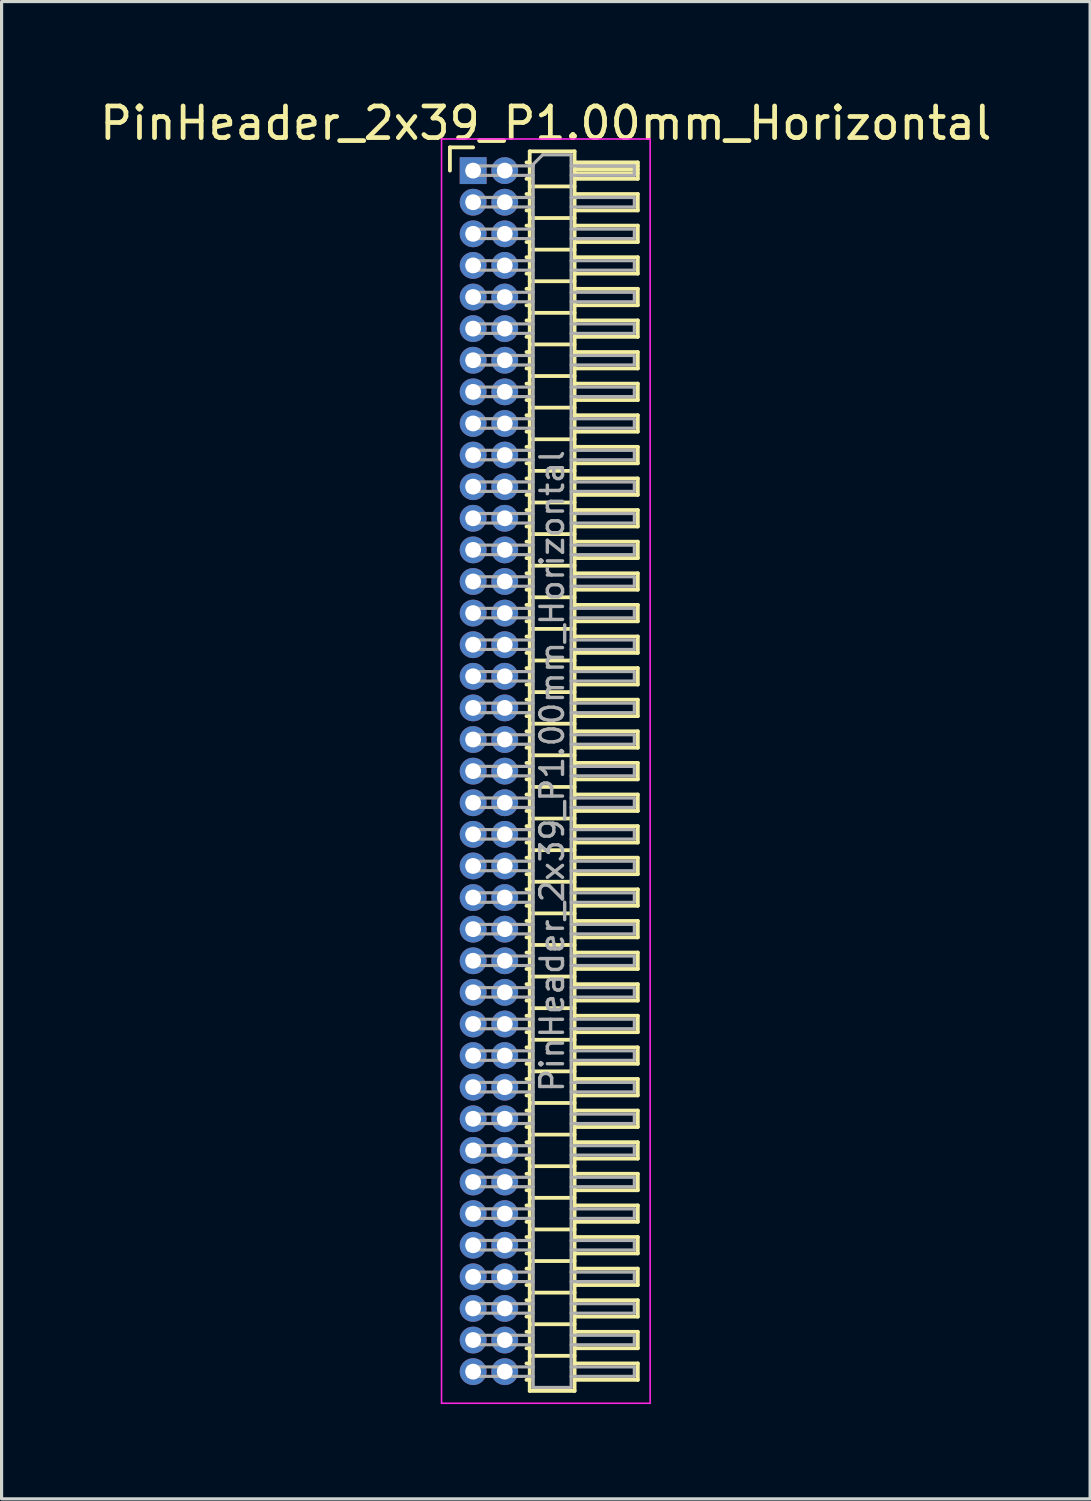
<source format=kicad_pcb>
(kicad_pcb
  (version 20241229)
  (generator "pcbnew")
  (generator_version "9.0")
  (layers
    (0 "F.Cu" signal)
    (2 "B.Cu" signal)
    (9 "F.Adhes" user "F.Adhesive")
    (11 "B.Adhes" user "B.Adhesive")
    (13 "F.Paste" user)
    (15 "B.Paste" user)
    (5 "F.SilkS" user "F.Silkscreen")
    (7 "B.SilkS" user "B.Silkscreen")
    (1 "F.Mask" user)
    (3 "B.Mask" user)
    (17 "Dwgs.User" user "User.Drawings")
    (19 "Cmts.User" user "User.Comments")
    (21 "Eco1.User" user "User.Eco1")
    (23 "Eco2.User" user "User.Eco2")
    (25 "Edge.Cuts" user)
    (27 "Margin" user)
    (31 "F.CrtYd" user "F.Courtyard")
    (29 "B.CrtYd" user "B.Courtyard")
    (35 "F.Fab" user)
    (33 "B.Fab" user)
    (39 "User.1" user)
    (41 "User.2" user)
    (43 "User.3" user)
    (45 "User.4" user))
  (footprint "PinHeader_2x39_P1.00mm_Horizontal"
    (layer "F.Cu")
    (at 11.92 2.348)
    (property "Reference" "PinHeader_2x39_P1.00mm_Horizontal" (at 2.3 -1.5 0) (layer "F.SilkS") (effects (font (size 1 1) (thickness 0.15))))
    (attr through_hole)
    (fp_line (start -0.735 -0.735) (end 0 -0.735) (stroke (width 0.12) (type solid)) (layer "F.SilkS"))
    (fp_line (start -0.735 0) (end -0.735 -0.735) (stroke (width 0.12) (type solid)) (layer "F.SilkS"))
    (fp_line (start 1.687 -0.26) (end 1.79 -0.26) (stroke (width 0.12) (type solid)) (layer "F.SilkS"))
    (fp_line (start 1.687 0.26) (end 1.79 0.26) (stroke (width 0.12) (type solid)) (layer "F.SilkS"))
    (fp_line (start 1.687 0.74) (end 1.79 0.74) (stroke (width 0.12) (type solid)) (layer "F.SilkS"))
    (fp_line (start 1.687 1.26) (end 1.79 1.26) (stroke (width 0.12) (type solid)) (layer "F.SilkS"))
    (fp_line (start 1.687 1.74) (end 1.79 1.74) (stroke (width 0.12) (type solid)) (layer "F.SilkS"))
    (fp_line (start 1.687 2.26) (end 1.79 2.26) (stroke (width 0.12) (type solid)) (layer "F.SilkS"))
    (fp_line (start 1.687 2.74) (end 1.79 2.74) (stroke (width 0.12) (type solid)) (layer "F.SilkS"))
    (fp_line (start 1.687 3.26) (end 1.79 3.26) (stroke (width 0.12) (type solid)) (layer "F.SilkS"))
    (fp_line (start 1.687 3.74) (end 1.79 3.74) (stroke (width 0.12) (type solid)) (layer "F.SilkS"))
    (fp_line (start 1.687 4.26) (end 1.79 4.26) (stroke (width 0.12) (type solid)) (layer "F.SilkS"))
    (fp_line (start 1.687 4.74) (end 1.79 4.74) (stroke (width 0.12) (type solid)) (layer "F.SilkS"))
    (fp_line (start 1.687 5.26) (end 1.79 5.26) (stroke (width 0.12) (type solid)) (layer "F.SilkS"))
    (fp_line (start 1.687 5.74) (end 1.79 5.74) (stroke (width 0.12) (type solid)) (layer "F.SilkS"))
    (fp_line (start 1.687 6.26) (end 1.79 6.26) (stroke (width 0.12) (type solid)) (layer "F.SilkS"))
    (fp_line (start 1.687 6.74) (end 1.79 6.74) (stroke (width 0.12) (type solid)) (layer "F.SilkS"))
    (fp_line (start 1.687 7.26) (end 1.79 7.26) (stroke (width 0.12) (type solid)) (layer "F.SilkS"))
    (fp_line (start 1.687 7.74) (end 1.79 7.74) (stroke (width 0.12) (type solid)) (layer "F.SilkS"))
    (fp_line (start 1.687 8.26) (end 1.79 8.26) (stroke (width 0.12) (type solid)) (layer "F.SilkS"))
    (fp_line (start 1.687 8.74) (end 1.79 8.74) (stroke (width 0.12) (type solid)) (layer "F.SilkS"))
    (fp_line (start 1.687 9.26) (end 1.79 9.26) (stroke (width 0.12) (type solid)) (layer "F.SilkS"))
    (fp_line (start 1.687 9.74) (end 1.79 9.74) (stroke (width 0.12) (type solid)) (layer "F.SilkS"))
    (fp_line (start 1.687 10.26) (end 1.79 10.26) (stroke (width 0.12) (type solid)) (layer "F.SilkS"))
    (fp_line (start 1.687 10.74) (end 1.79 10.74) (stroke (width 0.12) (type solid)) (layer "F.SilkS"))
    (fp_line (start 1.687 11.26) (end 1.79 11.26) (stroke (width 0.12) (type solid)) (layer "F.SilkS"))
    (fp_line (start 1.687 11.74) (end 1.79 11.74) (stroke (width 0.12) (type solid)) (layer "F.SilkS"))
    (fp_line (start 1.687 12.26) (end 1.79 12.26) (stroke (width 0.12) (type solid)) (layer "F.SilkS"))
    (fp_line (start 1.687 12.74) (end 1.79 12.74) (stroke (width 0.12) (type solid)) (layer "F.SilkS"))
    (fp_line (start 1.687 13.26) (end 1.79 13.26) (stroke (width 0.12) (type solid)) (layer "F.SilkS"))
    (fp_line (start 1.687 13.74) (end 1.79 13.74) (stroke (width 0.12) (type solid)) (layer "F.SilkS"))
    (fp_line (start 1.687 14.26) (end 1.79 14.26) (stroke (width 0.12) (type solid)) (layer "F.SilkS"))
    (fp_line (start 1.687 14.74) (end 1.79 14.74) (stroke (width 0.12) (type solid)) (layer "F.SilkS"))
    (fp_line (start 1.687 15.26) (end 1.79 15.26) (stroke (width 0.12) (type solid)) (layer "F.SilkS"))
    (fp_line (start 1.687 15.74) (end 1.79 15.74) (stroke (width 0.12) (type solid)) (layer "F.SilkS"))
    (fp_line (start 1.687 16.26) (end 1.79 16.26) (stroke (width 0.12) (type solid)) (layer "F.SilkS"))
    (fp_line (start 1.687 16.74) (end 1.79 16.74) (stroke (width 0.12) (type solid)) (layer "F.SilkS"))
    (fp_line (start 1.687 17.26) (end 1.79 17.26) (stroke (width 0.12) (type solid)) (layer "F.SilkS"))
    (fp_line (start 1.687 17.74) (end 1.79 17.74) (stroke (width 0.12) (type solid)) (layer "F.SilkS"))
    (fp_line (start 1.687 18.26) (end 1.79 18.26) (stroke (width 0.12) (type solid)) (layer "F.SilkS"))
    (fp_line (start 1.687 18.74) (end 1.79 18.74) (stroke (width 0.12) (type solid)) (layer "F.SilkS"))
    (fp_line (start 1.687 19.26) (end 1.79 19.26) (stroke (width 0.12) (type solid)) (layer "F.SilkS"))
    (fp_line (start 1.687 19.74) (end 1.79 19.74) (stroke (width 0.12) (type solid)) (layer "F.SilkS"))
    (fp_line (start 1.687 20.26) (end 1.79 20.26) (stroke (width 0.12) (type solid)) (layer "F.SilkS"))
    (fp_line (start 1.687 20.74) (end 1.79 20.74) (stroke (width 0.12) (type solid)) (layer "F.SilkS"))
    (fp_line (start 1.687 21.26) (end 1.79 21.26) (stroke (width 0.12) (type solid)) (layer "F.SilkS"))
    (fp_line (start 1.687 21.74) (end 1.79 21.74) (stroke (width 0.12) (type solid)) (layer "F.SilkS"))
    (fp_line (start 1.687 22.26) (end 1.79 22.26) (stroke (width 0.12) (type solid)) (layer "F.SilkS"))
    (fp_line (start 1.687 22.74) (end 1.79 22.74) (stroke (width 0.12) (type solid)) (layer "F.SilkS"))
    (fp_line (start 1.687 23.26) (end 1.79 23.26) (stroke (width 0.12) (type solid)) (layer "F.SilkS"))
    (fp_line (start 1.687 23.74) (end 1.79 23.74) (stroke (width 0.12) (type solid)) (layer "F.SilkS"))
    (fp_line (start 1.687 24.26) (end 1.79 24.26) (stroke (width 0.12) (type solid)) (layer "F.SilkS"))
    (fp_line (start 1.687 24.74) (end 1.79 24.74) (stroke (width 0.12) (type solid)) (layer "F.SilkS"))
    (fp_line (start 1.687 25.26) (end 1.79 25.26) (stroke (width 0.12) (type solid)) (layer "F.SilkS"))
    (fp_line (start 1.687 25.74) (end 1.79 25.74) (stroke (width 0.12) (type solid)) (layer "F.SilkS"))
    (fp_line (start 1.687 26.26) (end 1.79 26.26) (stroke (width 0.12) (type solid)) (layer "F.SilkS"))
    (fp_line (start 1.687 26.74) (end 1.79 26.74) (stroke (width 0.12) (type solid)) (layer "F.SilkS"))
    (fp_line (start 1.687 27.26) (end 1.79 27.26) (stroke (width 0.12) (type solid)) (layer "F.SilkS"))
    (fp_line (start 1.687 27.74) (end 1.79 27.74) (stroke (width 0.12) (type solid)) (layer "F.SilkS"))
    (fp_line (start 1.687 28.26) (end 1.79 28.26) (stroke (width 0.12) (type solid)) (layer "F.SilkS"))
    (fp_line (start 1.687 28.74) (end 1.79 28.74) (stroke (width 0.12) (type solid)) (layer "F.SilkS"))
    (fp_line (start 1.687 29.26) (end 1.79 29.26) (stroke (width 0.12) (type solid)) (layer "F.SilkS"))
    (fp_line (start 1.687 29.74) (end 1.79 29.74) (stroke (width 0.12) (type solid)) (layer "F.SilkS"))
    (fp_line (start 1.687 30.26) (end 1.79 30.26) (stroke (width 0.12) (type solid)) (layer "F.SilkS"))
    (fp_line (start 1.687 30.74) (end 1.79 30.74) (stroke (width 0.12) (type solid)) (layer "F.SilkS"))
    (fp_line (start 1.687 31.26) (end 1.79 31.26) (stroke (width 0.12) (type solid)) (layer "F.SilkS"))
    (fp_line (start 1.687 31.74) (end 1.79 31.74) (stroke (width 0.12) (type solid)) (layer "F.SilkS"))
    (fp_line (start 1.687 32.26) (end 1.79 32.26) (stroke (width 0.12) (type solid)) (layer "F.SilkS"))
    (fp_line (start 1.687 32.74) (end 1.79 32.74) (stroke (width 0.12) (type solid)) (layer "F.SilkS"))
    (fp_line (start 1.687 33.26) (end 1.79 33.26) (stroke (width 0.12) (type solid)) (layer "F.SilkS"))
    (fp_line (start 1.687 33.74) (end 1.79 33.74) (stroke (width 0.12) (type solid)) (layer "F.SilkS"))
    (fp_line (start 1.687 34.26) (end 1.79 34.26) (stroke (width 0.12) (type solid)) (layer "F.SilkS"))
    (fp_line (start 1.687 34.74) (end 1.79 34.74) (stroke (width 0.12) (type solid)) (layer "F.SilkS"))
    (fp_line (start 1.687 35.26) (end 1.79 35.26) (stroke (width 0.12) (type solid)) (layer "F.SilkS"))
    (fp_line (start 1.687 35.74) (end 1.79 35.74) (stroke (width 0.12) (type solid)) (layer "F.SilkS"))
    (fp_line (start 1.687 36.26) (end 1.79 36.26) (stroke (width 0.12) (type solid)) (layer "F.SilkS"))
    (fp_line (start 1.687 36.74) (end 1.79 36.74) (stroke (width 0.12) (type solid)) (layer "F.SilkS"))
    (fp_line (start 1.687 37.26) (end 1.79 37.26) (stroke (width 0.12) (type solid)) (layer "F.SilkS"))
    (fp_line (start 1.687 37.74) (end 1.79 37.74) (stroke (width 0.12) (type solid)) (layer "F.SilkS"))
    (fp_line (start 1.687 38.26) (end 1.79 38.26) (stroke (width 0.12) (type solid)) (layer "F.SilkS"))
    (fp_line (start 1.79 -0.61) (end 1.79 38.61) (stroke (width 0.12) (type solid)) (layer "F.SilkS"))
    (fp_line (start 1.79 0.5) (end 3.21 0.5) (stroke (width 0.12) (type solid)) (layer "F.SilkS"))
    (fp_line (start 1.79 1.5) (end 3.21 1.5) (stroke (width 0.12) (type solid)) (layer "F.SilkS"))
    (fp_line (start 1.79 2.5) (end 3.21 2.5) (stroke (width 0.12) (type solid)) (layer "F.SilkS"))
    (fp_line (start 1.79 3.5) (end 3.21 3.5) (stroke (width 0.12) (type solid)) (layer "F.SilkS"))
    (fp_line (start 1.79 4.5) (end 3.21 4.5) (stroke (width 0.12) (type solid)) (layer "F.SilkS"))
    (fp_line (start 1.79 5.5) (end 3.21 5.5) (stroke (width 0.12) (type solid)) (layer "F.SilkS"))
    (fp_line (start 1.79 6.5) (end 3.21 6.5) (stroke (width 0.12) (type solid)) (layer "F.SilkS"))
    (fp_line (start 1.79 7.5) (end 3.21 7.5) (stroke (width 0.12) (type solid)) (layer "F.SilkS"))
    (fp_line (start 1.79 8.5) (end 3.21 8.5) (stroke (width 0.12) (type solid)) (layer "F.SilkS"))
    (fp_line (start 1.79 9.5) (end 3.21 9.5) (stroke (width 0.12) (type solid)) (layer "F.SilkS"))
    (fp_line (start 1.79 10.5) (end 3.21 10.5) (stroke (width 0.12) (type solid)) (layer "F.SilkS"))
    (fp_line (start 1.79 11.5) (end 3.21 11.5) (stroke (width 0.12) (type solid)) (layer "F.SilkS"))
    (fp_line (start 1.79 12.5) (end 3.21 12.5) (stroke (width 0.12) (type solid)) (layer "F.SilkS"))
    (fp_line (start 1.79 13.5) (end 3.21 13.5) (stroke (width 0.12) (type solid)) (layer "F.SilkS"))
    (fp_line (start 1.79 14.5) (end 3.21 14.5) (stroke (width 0.12) (type solid)) (layer "F.SilkS"))
    (fp_line (start 1.79 15.5) (end 3.21 15.5) (stroke (width 0.12) (type solid)) (layer "F.SilkS"))
    (fp_line (start 1.79 16.5) (end 3.21 16.5) (stroke (width 0.12) (type solid)) (layer "F.SilkS"))
    (fp_line (start 1.79 17.5) (end 3.21 17.5) (stroke (width 0.12) (type solid)) (layer "F.SilkS"))
    (fp_line (start 1.79 18.5) (end 3.21 18.5) (stroke (width 0.12) (type solid)) (layer "F.SilkS"))
    (fp_line (start 1.79 19.5) (end 3.21 19.5) (stroke (width 0.12) (type solid)) (layer "F.SilkS"))
    (fp_line (start 1.79 20.5) (end 3.21 20.5) (stroke (width 0.12) (type solid)) (layer "F.SilkS"))
    (fp_line (start 1.79 21.5) (end 3.21 21.5) (stroke (width 0.12) (type solid)) (layer "F.SilkS"))
    (fp_line (start 1.79 22.5) (end 3.21 22.5) (stroke (width 0.12) (type solid)) (layer "F.SilkS"))
    (fp_line (start 1.79 23.5) (end 3.21 23.5) (stroke (width 0.12) (type solid)) (layer "F.SilkS"))
    (fp_line (start 1.79 24.5) (end 3.21 24.5) (stroke (width 0.12) (type solid)) (layer "F.SilkS"))
    (fp_line (start 1.79 25.5) (end 3.21 25.5) (stroke (width 0.12) (type solid)) (layer "F.SilkS"))
    (fp_line (start 1.79 26.5) (end 3.21 26.5) (stroke (width 0.12) (type solid)) (layer "F.SilkS"))
    (fp_line (start 1.79 27.5) (end 3.21 27.5) (stroke (width 0.12) (type solid)) (layer "F.SilkS"))
    (fp_line (start 1.79 28.5) (end 3.21 28.5) (stroke (width 0.12) (type solid)) (layer "F.SilkS"))
    (fp_line (start 1.79 29.5) (end 3.21 29.5) (stroke (width 0.12) (type solid)) (layer "F.SilkS"))
    (fp_line (start 1.79 30.5) (end 3.21 30.5) (stroke (width 0.12) (type solid)) (layer "F.SilkS"))
    (fp_line (start 1.79 31.5) (end 3.21 31.5) (stroke (width 0.12) (type solid)) (layer "F.SilkS"))
    (fp_line (start 1.79 32.5) (end 3.21 32.5) (stroke (width 0.12) (type solid)) (layer "F.SilkS"))
    (fp_line (start 1.79 33.5) (end 3.21 33.5) (stroke (width 0.12) (type solid)) (layer "F.SilkS"))
    (fp_line (start 1.79 34.5) (end 3.21 34.5) (stroke (width 0.12) (type solid)) (layer "F.SilkS"))
    (fp_line (start 1.79 35.5) (end 3.21 35.5) (stroke (width 0.12) (type solid)) (layer "F.SilkS"))
    (fp_line (start 1.79 36.5) (end 3.21 36.5) (stroke (width 0.12) (type solid)) (layer "F.SilkS"))
    (fp_line (start 1.79 37.5) (end 3.21 37.5) (stroke (width 0.12) (type solid)) (layer "F.SilkS"))
    (fp_line (start 1.79 38.61) (end 3.21 38.61) (stroke (width 0.12) (type solid)) (layer "F.SilkS"))
    (fp_line (start 3.21 -0.61) (end 1.79 -0.61) (stroke (width 0.12) (type solid)) (layer "F.SilkS"))
    (fp_line (start 3.21 -0.26) (end 5.21 -0.26) (stroke (width 0.12) (type solid)) (layer "F.SilkS"))
    (fp_line (start 3.21 -0.15) (end 5.21 -0.15) (stroke (width 0.12) (type solid)) (layer "F.SilkS"))
    (fp_line (start 3.21 -0.03) (end 5.21 -0.03) (stroke (width 0.12) (type solid)) (layer "F.SilkS"))
    (fp_line (start 3.21 0.09) (end 5.21 0.09) (stroke (width 0.12) (type solid)) (layer "F.SilkS"))
    (fp_line (start 3.21 0.74) (end 5.21 0.74) (stroke (width 0.12) (type solid)) (layer "F.SilkS"))
    (fp_line (start 3.21 1.74) (end 5.21 1.74) (stroke (width 0.12) (type solid)) (layer "F.SilkS"))
    (fp_line (start 3.21 2.74) (end 5.21 2.74) (stroke (width 0.12) (type solid)) (layer "F.SilkS"))
    (fp_line (start 3.21 3.74) (end 5.21 3.74) (stroke (width 0.12) (type solid)) (layer "F.SilkS"))
    (fp_line (start 3.21 4.74) (end 5.21 4.74) (stroke (width 0.12) (type solid)) (layer "F.SilkS"))
    (fp_line (start 3.21 5.74) (end 5.21 5.74) (stroke (width 0.12) (type solid)) (layer "F.SilkS"))
    (fp_line (start 3.21 6.74) (end 5.21 6.74) (stroke (width 0.12) (type solid)) (layer "F.SilkS"))
    (fp_line (start 3.21 7.74) (end 5.21 7.74) (stroke (width 0.12) (type solid)) (layer "F.SilkS"))
    (fp_line (start 3.21 8.74) (end 5.21 8.74) (stroke (width 0.12) (type solid)) (layer "F.SilkS"))
    (fp_line (start 3.21 9.74) (end 5.21 9.74) (stroke (width 0.12) (type solid)) (layer "F.SilkS"))
    (fp_line (start 3.21 10.74) (end 5.21 10.74) (stroke (width 0.12) (type solid)) (layer "F.SilkS"))
    (fp_line (start 3.21 11.74) (end 5.21 11.74) (stroke (width 0.12) (type solid)) (layer "F.SilkS"))
    (fp_line (start 3.21 12.74) (end 5.21 12.74) (stroke (width 0.12) (type solid)) (layer "F.SilkS"))
    (fp_line (start 3.21 13.74) (end 5.21 13.74) (stroke (width 0.12) (type solid)) (layer "F.SilkS"))
    (fp_line (start 3.21 14.74) (end 5.21 14.74) (stroke (width 0.12) (type solid)) (layer "F.SilkS"))
    (fp_line (start 3.21 15.74) (end 5.21 15.74) (stroke (width 0.12) (type solid)) (layer "F.SilkS"))
    (fp_line (start 3.21 16.74) (end 5.21 16.74) (stroke (width 0.12) (type solid)) (layer "F.SilkS"))
    (fp_line (start 3.21 17.74) (end 5.21 17.74) (stroke (width 0.12) (type solid)) (layer "F.SilkS"))
    (fp_line (start 3.21 18.74) (end 5.21 18.74) (stroke (width 0.12) (type solid)) (layer "F.SilkS"))
    (fp_line (start 3.21 19.74) (end 5.21 19.74) (stroke (width 0.12) (type solid)) (layer "F.SilkS"))
    (fp_line (start 3.21 20.74) (end 5.21 20.74) (stroke (width 0.12) (type solid)) (layer "F.SilkS"))
    (fp_line (start 3.21 21.74) (end 5.21 21.74) (stroke (width 0.12) (type solid)) (layer "F.SilkS"))
    (fp_line (start 3.21 22.74) (end 5.21 22.74) (stroke (width 0.12) (type solid)) (layer "F.SilkS"))
    (fp_line (start 3.21 23.74) (end 5.21 23.74) (stroke (width 0.12) (type solid)) (layer "F.SilkS"))
    (fp_line (start 3.21 24.74) (end 5.21 24.74) (stroke (width 0.12) (type solid)) (layer "F.SilkS"))
    (fp_line (start 3.21 25.74) (end 5.21 25.74) (stroke (width 0.12) (type solid)) (layer "F.SilkS"))
    (fp_line (start 3.21 26.74) (end 5.21 26.74) (stroke (width 0.12) (type solid)) (layer "F.SilkS"))
    (fp_line (start 3.21 27.74) (end 5.21 27.74) (stroke (width 0.12) (type solid)) (layer "F.SilkS"))
    (fp_line (start 3.21 28.74) (end 5.21 28.74) (stroke (width 0.12) (type solid)) (layer "F.SilkS"))
    (fp_line (start 3.21 29.74) (end 5.21 29.74) (stroke (width 0.12) (type solid)) (layer "F.SilkS"))
    (fp_line (start 3.21 30.74) (end 5.21 30.74) (stroke (width 0.12) (type solid)) (layer "F.SilkS"))
    (fp_line (start 3.21 31.74) (end 5.21 31.74) (stroke (width 0.12) (type solid)) (layer "F.SilkS"))
    (fp_line (start 3.21 32.74) (end 5.21 32.74) (stroke (width 0.12) (type solid)) (layer "F.SilkS"))
    (fp_line (start 3.21 33.74) (end 5.21 33.74) (stroke (width 0.12) (type solid)) (layer "F.SilkS"))
    (fp_line (start 3.21 34.74) (end 5.21 34.74) (stroke (width 0.12) (type solid)) (layer "F.SilkS"))
    (fp_line (start 3.21 35.74) (end 5.21 35.74) (stroke (width 0.12) (type solid)) (layer "F.SilkS"))
    (fp_line (start 3.21 36.74) (end 5.21 36.74) (stroke (width 0.12) (type solid)) (layer "F.SilkS"))
    (fp_line (start 3.21 37.74) (end 5.21 37.74) (stroke (width 0.12) (type solid)) (layer "F.SilkS"))
    (fp_line (start 3.21 38.61) (end 3.21 -0.61) (stroke (width 0.12) (type solid)) (layer "F.SilkS"))
    (fp_line (start 5.21 -0.26) (end 5.21 0.26) (stroke (width 0.12) (type solid)) (layer "F.SilkS"))
    (fp_line (start 5.21 0.26) (end 3.21 0.26) (stroke (width 0.12) (type solid)) (layer "F.SilkS"))
    (fp_line (start 5.21 0.74) (end 5.21 1.26) (stroke (width 0.12) (type solid)) (layer "F.SilkS"))
    (fp_line (start 5.21 1.26) (end 3.21 1.26) (stroke (width 0.12) (type solid)) (layer "F.SilkS"))
    (fp_line (start 5.21 1.74) (end 5.21 2.26) (stroke (width 0.12) (type solid)) (layer "F.SilkS"))
    (fp_line (start 5.21 2.26) (end 3.21 2.26) (stroke (width 0.12) (type solid)) (layer "F.SilkS"))
    (fp_line (start 5.21 2.74) (end 5.21 3.26) (stroke (width 0.12) (type solid)) (layer "F.SilkS"))
    (fp_line (start 5.21 3.26) (end 3.21 3.26) (stroke (width 0.12) (type solid)) (layer "F.SilkS"))
    (fp_line (start 5.21 3.74) (end 5.21 4.26) (stroke (width 0.12) (type solid)) (layer "F.SilkS"))
    (fp_line (start 5.21 4.26) (end 3.21 4.26) (stroke (width 0.12) (type solid)) (layer "F.SilkS"))
    (fp_line (start 5.21 4.74) (end 5.21 5.26) (stroke (width 0.12) (type solid)) (layer "F.SilkS"))
    (fp_line (start 5.21 5.26) (end 3.21 5.26) (stroke (width 0.12) (type solid)) (layer "F.SilkS"))
    (fp_line (start 5.21 5.74) (end 5.21 6.26) (stroke (width 0.12) (type solid)) (layer "F.SilkS"))
    (fp_line (start 5.21 6.26) (end 3.21 6.26) (stroke (width 0.12) (type solid)) (layer "F.SilkS"))
    (fp_line (start 5.21 6.74) (end 5.21 7.26) (stroke (width 0.12) (type solid)) (layer "F.SilkS"))
    (fp_line (start 5.21 7.26) (end 3.21 7.26) (stroke (width 0.12) (type solid)) (layer "F.SilkS"))
    (fp_line (start 5.21 7.74) (end 5.21 8.26) (stroke (width 0.12) (type solid)) (layer "F.SilkS"))
    (fp_line (start 5.21 8.26) (end 3.21 8.26) (stroke (width 0.12) (type solid)) (layer "F.SilkS"))
    (fp_line (start 5.21 8.74) (end 5.21 9.26) (stroke (width 0.12) (type solid)) (layer "F.SilkS"))
    (fp_line (start 5.21 9.26) (end 3.21 9.26) (stroke (width 0.12) (type solid)) (layer "F.SilkS"))
    (fp_line (start 5.21 9.74) (end 5.21 10.26) (stroke (width 0.12) (type solid)) (layer "F.SilkS"))
    (fp_line (start 5.21 10.26) (end 3.21 10.26) (stroke (width 0.12) (type solid)) (layer "F.SilkS"))
    (fp_line (start 5.21 10.74) (end 5.21 11.26) (stroke (width 0.12) (type solid)) (layer "F.SilkS"))
    (fp_line (start 5.21 11.26) (end 3.21 11.26) (stroke (width 0.12) (type solid)) (layer "F.SilkS"))
    (fp_line (start 5.21 11.74) (end 5.21 12.26) (stroke (width 0.12) (type solid)) (layer "F.SilkS"))
    (fp_line (start 5.21 12.26) (end 3.21 12.26) (stroke (width 0.12) (type solid)) (layer "F.SilkS"))
    (fp_line (start 5.21 12.74) (end 5.21 13.26) (stroke (width 0.12) (type solid)) (layer "F.SilkS"))
    (fp_line (start 5.21 13.26) (end 3.21 13.26) (stroke (width 0.12) (type solid)) (layer "F.SilkS"))
    (fp_line (start 5.21 13.74) (end 5.21 14.26) (stroke (width 0.12) (type solid)) (layer "F.SilkS"))
    (fp_line (start 5.21 14.26) (end 3.21 14.26) (stroke (width 0.12) (type solid)) (layer "F.SilkS"))
    (fp_line (start 5.21 14.74) (end 5.21 15.26) (stroke (width 0.12) (type solid)) (layer "F.SilkS"))
    (fp_line (start 5.21 15.26) (end 3.21 15.26) (stroke (width 0.12) (type solid)) (layer "F.SilkS"))
    (fp_line (start 5.21 15.74) (end 5.21 16.26) (stroke (width 0.12) (type solid)) (layer "F.SilkS"))
    (fp_line (start 5.21 16.26) (end 3.21 16.26) (stroke (width 0.12) (type solid)) (layer "F.SilkS"))
    (fp_line (start 5.21 16.74) (end 5.21 17.26) (stroke (width 0.12) (type solid)) (layer "F.SilkS"))
    (fp_line (start 5.21 17.26) (end 3.21 17.26) (stroke (width 0.12) (type solid)) (layer "F.SilkS"))
    (fp_line (start 5.21 17.74) (end 5.21 18.26) (stroke (width 0.12) (type solid)) (layer "F.SilkS"))
    (fp_line (start 5.21 18.26) (end 3.21 18.26) (stroke (width 0.12) (type solid)) (layer "F.SilkS"))
    (fp_line (start 5.21 18.74) (end 5.21 19.26) (stroke (width 0.12) (type solid)) (layer "F.SilkS"))
    (fp_line (start 5.21 19.26) (end 3.21 19.26) (stroke (width 0.12) (type solid)) (layer "F.SilkS"))
    (fp_line (start 5.21 19.74) (end 5.21 20.26) (stroke (width 0.12) (type solid)) (layer "F.SilkS"))
    (fp_line (start 5.21 20.26) (end 3.21 20.26) (stroke (width 0.12) (type solid)) (layer "F.SilkS"))
    (fp_line (start 5.21 20.74) (end 5.21 21.26) (stroke (width 0.12) (type solid)) (layer "F.SilkS"))
    (fp_line (start 5.21 21.26) (end 3.21 21.26) (stroke (width 0.12) (type solid)) (layer "F.SilkS"))
    (fp_line (start 5.21 21.74) (end 5.21 22.26) (stroke (width 0.12) (type solid)) (layer "F.SilkS"))
    (fp_line (start 5.21 22.26) (end 3.21 22.26) (stroke (width 0.12) (type solid)) (layer "F.SilkS"))
    (fp_line (start 5.21 22.74) (end 5.21 23.26) (stroke (width 0.12) (type solid)) (layer "F.SilkS"))
    (fp_line (start 5.21 23.26) (end 3.21 23.26) (stroke (width 0.12) (type solid)) (layer "F.SilkS"))
    (fp_line (start 5.21 23.74) (end 5.21 24.26) (stroke (width 0.12) (type solid)) (layer "F.SilkS"))
    (fp_line (start 5.21 24.26) (end 3.21 24.26) (stroke (width 0.12) (type solid)) (layer "F.SilkS"))
    (fp_line (start 5.21 24.74) (end 5.21 25.26) (stroke (width 0.12) (type solid)) (layer "F.SilkS"))
    (fp_line (start 5.21 25.26) (end 3.21 25.26) (stroke (width 0.12) (type solid)) (layer "F.SilkS"))
    (fp_line (start 5.21 25.74) (end 5.21 26.26) (stroke (width 0.12) (type solid)) (layer "F.SilkS"))
    (fp_line (start 5.21 26.26) (end 3.21 26.26) (stroke (width 0.12) (type solid)) (layer "F.SilkS"))
    (fp_line (start 5.21 26.74) (end 5.21 27.26) (stroke (width 0.12) (type solid)) (layer "F.SilkS"))
    (fp_line (start 5.21 27.26) (end 3.21 27.26) (stroke (width 0.12) (type solid)) (layer "F.SilkS"))
    (fp_line (start 5.21 27.74) (end 5.21 28.26) (stroke (width 0.12) (type solid)) (layer "F.SilkS"))
    (fp_line (start 5.21 28.26) (end 3.21 28.26) (stroke (width 0.12) (type solid)) (layer "F.SilkS"))
    (fp_line (start 5.21 28.74) (end 5.21 29.26) (stroke (width 0.12) (type solid)) (layer "F.SilkS"))
    (fp_line (start 5.21 29.26) (end 3.21 29.26) (stroke (width 0.12) (type solid)) (layer "F.SilkS"))
    (fp_line (start 5.21 29.74) (end 5.21 30.26) (stroke (width 0.12) (type solid)) (layer "F.SilkS"))
    (fp_line (start 5.21 30.26) (end 3.21 30.26) (stroke (width 0.12) (type solid)) (layer "F.SilkS"))
    (fp_line (start 5.21 30.74) (end 5.21 31.26) (stroke (width 0.12) (type solid)) (layer "F.SilkS"))
    (fp_line (start 5.21 31.26) (end 3.21 31.26) (stroke (width 0.12) (type solid)) (layer "F.SilkS"))
    (fp_line (start 5.21 31.74) (end 5.21 32.26) (stroke (width 0.12) (type solid)) (layer "F.SilkS"))
    (fp_line (start 5.21 32.26) (end 3.21 32.26) (stroke (width 0.12) (type solid)) (layer "F.SilkS"))
    (fp_line (start 5.21 32.74) (end 5.21 33.26) (stroke (width 0.12) (type solid)) (layer "F.SilkS"))
    (fp_line (start 5.21 33.26) (end 3.21 33.26) (stroke (width 0.12) (type solid)) (layer "F.SilkS"))
    (fp_line (start 5.21 33.74) (end 5.21 34.26) (stroke (width 0.12) (type solid)) (layer "F.SilkS"))
    (fp_line (start 5.21 34.26) (end 3.21 34.26) (stroke (width 0.12) (type solid)) (layer "F.SilkS"))
    (fp_line (start 5.21 34.74) (end 5.21 35.26) (stroke (width 0.12) (type solid)) (layer "F.SilkS"))
    (fp_line (start 5.21 35.26) (end 3.21 35.26) (stroke (width 0.12) (type solid)) (layer "F.SilkS"))
    (fp_line (start 5.21 35.74) (end 5.21 36.26) (stroke (width 0.12) (type solid)) (layer "F.SilkS"))
    (fp_line (start 5.21 36.26) (end 3.21 36.26) (stroke (width 0.12) (type solid)) (layer "F.SilkS"))
    (fp_line (start 5.21 36.74) (end 5.21 37.26) (stroke (width 0.12) (type solid)) (layer "F.SilkS"))
    (fp_line (start 5.21 37.26) (end 3.21 37.26) (stroke (width 0.12) (type solid)) (layer "F.SilkS"))
    (fp_line (start 5.21 37.74) (end 5.21 38.26) (stroke (width 0.12) (type solid)) (layer "F.SilkS"))
    (fp_line (start 5.21 38.26) (end 3.21 38.26) (stroke (width 0.12) (type solid)) (layer "F.SilkS"))
    (fp_line (start -1 -1) (end -1 39) (stroke (width 0.05) (type solid)) (layer "F.CrtYd"))
    (fp_line (start -1 39) (end 5.6 39) (stroke (width 0.05) (type solid)) (layer "F.CrtYd"))
    (fp_line (start 5.6 -1) (end -1 -1) (stroke (width 0.05) (type solid)) (layer "F.CrtYd"))
    (fp_line (start 5.6 39) (end 5.6 -1) (stroke (width 0.05) (type solid)) (layer "F.CrtYd"))
    (fp_line (start -0.15 -0.15) (end -0.15 0.15) (stroke (width 0.1) (type solid)) (layer "F.Fab"))
    (fp_line (start -0.15 -0.15) (end 1.9 -0.15) (stroke (width 0.1) (type solid)) (layer "F.Fab"))
    (fp_line (start -0.15 0.15) (end 1.9 0.15) (stroke (width 0.1) (type solid)) (layer "F.Fab"))
    (fp_line (start -0.15 0.85) (end -0.15 1.15) (stroke (width 0.1) (type solid)) (layer "F.Fab"))
    (fp_line (start -0.15 0.85) (end 1.9 0.85) (stroke (width 0.1) (type solid)) (layer "F.Fab"))
    (fp_line (start -0.15 1.15) (end 1.9 1.15) (stroke (width 0.1) (type solid)) (layer "F.Fab"))
    (fp_line (start -0.15 1.85) (end -0.15 2.15) (stroke (width 0.1) (type solid)) (layer "F.Fab"))
    (fp_line (start -0.15 1.85) (end 1.9 1.85) (stroke (width 0.1) (type solid)) (layer "F.Fab"))
    (fp_line (start -0.15 2.15) (end 1.9 2.15) (stroke (width 0.1) (type solid)) (layer "F.Fab"))
    (fp_line (start -0.15 2.85) (end -0.15 3.15) (stroke (width 0.1) (type solid)) (layer "F.Fab"))
    (fp_line (start -0.15 2.85) (end 1.9 2.85) (stroke (width 0.1) (type solid)) (layer "F.Fab"))
    (fp_line (start -0.15 3.15) (end 1.9 3.15) (stroke (width 0.1) (type solid)) (layer "F.Fab"))
    (fp_line (start -0.15 3.85) (end -0.15 4.15) (stroke (width 0.1) (type solid)) (layer "F.Fab"))
    (fp_line (start -0.15 3.85) (end 1.9 3.85) (stroke (width 0.1) (type solid)) (layer "F.Fab"))
    (fp_line (start -0.15 4.15) (end 1.9 4.15) (stroke (width 0.1) (type solid)) (layer "F.Fab"))
    (fp_line (start -0.15 4.85) (end -0.15 5.15) (stroke (width 0.1) (type solid)) (layer "F.Fab"))
    (fp_line (start -0.15 4.85) (end 1.9 4.85) (stroke (width 0.1) (type solid)) (layer "F.Fab"))
    (fp_line (start -0.15 5.15) (end 1.9 5.15) (stroke (width 0.1) (type solid)) (layer "F.Fab"))
    (fp_line (start -0.15 5.85) (end -0.15 6.15) (stroke (width 0.1) (type solid)) (layer "F.Fab"))
    (fp_line (start -0.15 5.85) (end 1.9 5.85) (stroke (width 0.1) (type solid)) (layer "F.Fab"))
    (fp_line (start -0.15 6.15) (end 1.9 6.15) (stroke (width 0.1) (type solid)) (layer "F.Fab"))
    (fp_line (start -0.15 6.85) (end -0.15 7.15) (stroke (width 0.1) (type solid)) (layer "F.Fab"))
    (fp_line (start -0.15 6.85) (end 1.9 6.85) (stroke (width 0.1) (type solid)) (layer "F.Fab"))
    (fp_line (start -0.15 7.15) (end 1.9 7.15) (stroke (width 0.1) (type solid)) (layer "F.Fab"))
    (fp_line (start -0.15 7.85) (end -0.15 8.15) (stroke (width 0.1) (type solid)) (layer "F.Fab"))
    (fp_line (start -0.15 7.85) (end 1.9 7.85) (stroke (width 0.1) (type solid)) (layer "F.Fab"))
    (fp_line (start -0.15 8.15) (end 1.9 8.15) (stroke (width 0.1) (type solid)) (layer "F.Fab"))
    (fp_line (start -0.15 8.85) (end -0.15 9.15) (stroke (width 0.1) (type solid)) (layer "F.Fab"))
    (fp_line (start -0.15 8.85) (end 1.9 8.85) (stroke (width 0.1) (type solid)) (layer "F.Fab"))
    (fp_line (start -0.15 9.15) (end 1.9 9.15) (stroke (width 0.1) (type solid)) (layer "F.Fab"))
    (fp_line (start -0.15 9.85) (end -0.15 10.15) (stroke (width 0.1) (type solid)) (layer "F.Fab"))
    (fp_line (start -0.15 9.85) (end 1.9 9.85) (stroke (width 0.1) (type solid)) (layer "F.Fab"))
    (fp_line (start -0.15 10.15) (end 1.9 10.15) (stroke (width 0.1) (type solid)) (layer "F.Fab"))
    (fp_line (start -0.15 10.85) (end -0.15 11.15) (stroke (width 0.1) (type solid)) (layer "F.Fab"))
    (fp_line (start -0.15 10.85) (end 1.9 10.85) (stroke (width 0.1) (type solid)) (layer "F.Fab"))
    (fp_line (start -0.15 11.15) (end 1.9 11.15) (stroke (width 0.1) (type solid)) (layer "F.Fab"))
    (fp_line (start -0.15 11.85) (end -0.15 12.15) (stroke (width 0.1) (type solid)) (layer "F.Fab"))
    (fp_line (start -0.15 11.85) (end 1.9 11.85) (stroke (width 0.1) (type solid)) (layer "F.Fab"))
    (fp_line (start -0.15 12.15) (end 1.9 12.15) (stroke (width 0.1) (type solid)) (layer "F.Fab"))
    (fp_line (start -0.15 12.85) (end -0.15 13.15) (stroke (width 0.1) (type solid)) (layer "F.Fab"))
    (fp_line (start -0.15 12.85) (end 1.9 12.85) (stroke (width 0.1) (type solid)) (layer "F.Fab"))
    (fp_line (start -0.15 13.15) (end 1.9 13.15) (stroke (width 0.1) (type solid)) (layer "F.Fab"))
    (fp_line (start -0.15 13.85) (end -0.15 14.15) (stroke (width 0.1) (type solid)) (layer "F.Fab"))
    (fp_line (start -0.15 13.85) (end 1.9 13.85) (stroke (width 0.1) (type solid)) (layer "F.Fab"))
    (fp_line (start -0.15 14.15) (end 1.9 14.15) (stroke (width 0.1) (type solid)) (layer "F.Fab"))
    (fp_line (start -0.15 14.85) (end -0.15 15.15) (stroke (width 0.1) (type solid)) (layer "F.Fab"))
    (fp_line (start -0.15 14.85) (end 1.9 14.85) (stroke (width 0.1) (type solid)) (layer "F.Fab"))
    (fp_line (start -0.15 15.15) (end 1.9 15.15) (stroke (width 0.1) (type solid)) (layer "F.Fab"))
    (fp_line (start -0.15 15.85) (end -0.15 16.15) (stroke (width 0.1) (type solid)) (layer "F.Fab"))
    (fp_line (start -0.15 15.85) (end 1.9 15.85) (stroke (width 0.1) (type solid)) (layer "F.Fab"))
    (fp_line (start -0.15 16.15) (end 1.9 16.15) (stroke (width 0.1) (type solid)) (layer "F.Fab"))
    (fp_line (start -0.15 16.85) (end -0.15 17.15) (stroke (width 0.1) (type solid)) (layer "F.Fab"))
    (fp_line (start -0.15 16.85) (end 1.9 16.85) (stroke (width 0.1) (type solid)) (layer "F.Fab"))
    (fp_line (start -0.15 17.15) (end 1.9 17.15) (stroke (width 0.1) (type solid)) (layer "F.Fab"))
    (fp_line (start -0.15 17.85) (end -0.15 18.15) (stroke (width 0.1) (type solid)) (layer "F.Fab"))
    (fp_line (start -0.15 17.85) (end 1.9 17.85) (stroke (width 0.1) (type solid)) (layer "F.Fab"))
    (fp_line (start -0.15 18.15) (end 1.9 18.15) (stroke (width 0.1) (type solid)) (layer "F.Fab"))
    (fp_line (start -0.15 18.85) (end -0.15 19.15) (stroke (width 0.1) (type solid)) (layer "F.Fab"))
    (fp_line (start -0.15 18.85) (end 1.9 18.85) (stroke (width 0.1) (type solid)) (layer "F.Fab"))
    (fp_line (start -0.15 19.15) (end 1.9 19.15) (stroke (width 0.1) (type solid)) (layer "F.Fab"))
    (fp_line (start -0.15 19.85) (end -0.15 20.15) (stroke (width 0.1) (type solid)) (layer "F.Fab"))
    (fp_line (start -0.15 19.85) (end 1.9 19.85) (stroke (width 0.1) (type solid)) (layer "F.Fab"))
    (fp_line (start -0.15 20.15) (end 1.9 20.15) (stroke (width 0.1) (type solid)) (layer "F.Fab"))
    (fp_line (start -0.15 20.85) (end -0.15 21.15) (stroke (width 0.1) (type solid)) (layer "F.Fab"))
    (fp_line (start -0.15 20.85) (end 1.9 20.85) (stroke (width 0.1) (type solid)) (layer "F.Fab"))
    (fp_line (start -0.15 21.15) (end 1.9 21.15) (stroke (width 0.1) (type solid)) (layer "F.Fab"))
    (fp_line (start -0.15 21.85) (end -0.15 22.15) (stroke (width 0.1) (type solid)) (layer "F.Fab"))
    (fp_line (start -0.15 21.85) (end 1.9 21.85) (stroke (width 0.1) (type solid)) (layer "F.Fab"))
    (fp_line (start -0.15 22.15) (end 1.9 22.15) (stroke (width 0.1) (type solid)) (layer "F.Fab"))
    (fp_line (start -0.15 22.85) (end -0.15 23.15) (stroke (width 0.1) (type solid)) (layer "F.Fab"))
    (fp_line (start -0.15 22.85) (end 1.9 22.85) (stroke (width 0.1) (type solid)) (layer "F.Fab"))
    (fp_line (start -0.15 23.15) (end 1.9 23.15) (stroke (width 0.1) (type solid)) (layer "F.Fab"))
    (fp_line (start -0.15 23.85) (end -0.15 24.15) (stroke (width 0.1) (type solid)) (layer "F.Fab"))
    (fp_line (start -0.15 23.85) (end 1.9 23.85) (stroke (width 0.1) (type solid)) (layer "F.Fab"))
    (fp_line (start -0.15 24.15) (end 1.9 24.15) (stroke (width 0.1) (type solid)) (layer "F.Fab"))
    (fp_line (start -0.15 24.85) (end -0.15 25.15) (stroke (width 0.1) (type solid)) (layer "F.Fab"))
    (fp_line (start -0.15 24.85) (end 1.9 24.85) (stroke (width 0.1) (type solid)) (layer "F.Fab"))
    (fp_line (start -0.15 25.15) (end 1.9 25.15) (stroke (width 0.1) (type solid)) (layer "F.Fab"))
    (fp_line (start -0.15 25.85) (end -0.15 26.15) (stroke (width 0.1) (type solid)) (layer "F.Fab"))
    (fp_line (start -0.15 25.85) (end 1.9 25.85) (stroke (width 0.1) (type solid)) (layer "F.Fab"))
    (fp_line (start -0.15 26.15) (end 1.9 26.15) (stroke (width 0.1) (type solid)) (layer "F.Fab"))
    (fp_line (start -0.15 26.85) (end -0.15 27.15) (stroke (width 0.1) (type solid)) (layer "F.Fab"))
    (fp_line (start -0.15 26.85) (end 1.9 26.85) (stroke (width 0.1) (type solid)) (layer "F.Fab"))
    (fp_line (start -0.15 27.15) (end 1.9 27.15) (stroke (width 0.1) (type solid)) (layer "F.Fab"))
    (fp_line (start -0.15 27.85) (end -0.15 28.15) (stroke (width 0.1) (type solid)) (layer "F.Fab"))
    (fp_line (start -0.15 27.85) (end 1.9 27.85) (stroke (width 0.1) (type solid)) (layer "F.Fab"))
    (fp_line (start -0.15 28.15) (end 1.9 28.15) (stroke (width 0.1) (type solid)) (layer "F.Fab"))
    (fp_line (start -0.15 28.85) (end -0.15 29.15) (stroke (width 0.1) (type solid)) (layer "F.Fab"))
    (fp_line (start -0.15 28.85) (end 1.9 28.85) (stroke (width 0.1) (type solid)) (layer "F.Fab"))
    (fp_line (start -0.15 29.15) (end 1.9 29.15) (stroke (width 0.1) (type solid)) (layer "F.Fab"))
    (fp_line (start -0.15 29.85) (end -0.15 30.15) (stroke (width 0.1) (type solid)) (layer "F.Fab"))
    (fp_line (start -0.15 29.85) (end 1.9 29.85) (stroke (width 0.1) (type solid)) (layer "F.Fab"))
    (fp_line (start -0.15 30.15) (end 1.9 30.15) (stroke (width 0.1) (type solid)) (layer "F.Fab"))
    (fp_line (start -0.15 30.85) (end -0.15 31.15) (stroke (width 0.1) (type solid)) (layer "F.Fab"))
    (fp_line (start -0.15 30.85) (end 1.9 30.85) (stroke (width 0.1) (type solid)) (layer "F.Fab"))
    (fp_line (start -0.15 31.15) (end 1.9 31.15) (stroke (width 0.1) (type solid)) (layer "F.Fab"))
    (fp_line (start -0.15 31.85) (end -0.15 32.15) (stroke (width 0.1) (type solid)) (layer "F.Fab"))
    (fp_line (start -0.15 31.85) (end 1.9 31.85) (stroke (width 0.1) (type solid)) (layer "F.Fab"))
    (fp_line (start -0.15 32.15) (end 1.9 32.15) (stroke (width 0.1) (type solid)) (layer "F.Fab"))
    (fp_line (start -0.15 32.85) (end -0.15 33.15) (stroke (width 0.1) (type solid)) (layer "F.Fab"))
    (fp_line (start -0.15 32.85) (end 1.9 32.85) (stroke (width 0.1) (type solid)) (layer "F.Fab"))
    (fp_line (start -0.15 33.15) (end 1.9 33.15) (stroke (width 0.1) (type solid)) (layer "F.Fab"))
    (fp_line (start -0.15 33.85) (end -0.15 34.15) (stroke (width 0.1) (type solid)) (layer "F.Fab"))
    (fp_line (start -0.15 33.85) (end 1.9 33.85) (stroke (width 0.1) (type solid)) (layer "F.Fab"))
    (fp_line (start -0.15 34.15) (end 1.9 34.15) (stroke (width 0.1) (type solid)) (layer "F.Fab"))
    (fp_line (start -0.15 34.85) (end -0.15 35.15) (stroke (width 0.1) (type solid)) (layer "F.Fab"))
    (fp_line (start -0.15 34.85) (end 1.9 34.85) (stroke (width 0.1) (type solid)) (layer "F.Fab"))
    (fp_line (start -0.15 35.15) (end 1.9 35.15) (stroke (width 0.1) (type solid)) (layer "F.Fab"))
    (fp_line (start -0.15 35.85) (end -0.15 36.15) (stroke (width 0.1) (type solid)) (layer "F.Fab"))
    (fp_line (start -0.15 35.85) (end 1.9 35.85) (stroke (width 0.1) (type solid)) (layer "F.Fab"))
    (fp_line (start -0.15 36.15) (end 1.9 36.15) (stroke (width 0.1) (type solid)) (layer "F.Fab"))
    (fp_line (start -0.15 36.85) (end -0.15 37.15) (stroke (width 0.1) (type solid)) (layer "F.Fab"))
    (fp_line (start -0.15 36.85) (end 1.9 36.85) (stroke (width 0.1) (type solid)) (layer "F.Fab"))
    (fp_line (start -0.15 37.15) (end 1.9 37.15) (stroke (width 0.1) (type solid)) (layer "F.Fab"))
    (fp_line (start -0.15 37.85) (end -0.15 38.15) (stroke (width 0.1) (type solid)) (layer "F.Fab"))
    (fp_line (start -0.15 37.85) (end 1.9 37.85) (stroke (width 0.1) (type solid)) (layer "F.Fab"))
    (fp_line (start -0.15 38.15) (end 1.9 38.15) (stroke (width 0.1) (type solid)) (layer "F.Fab"))
    (fp_line (start 1.9 -0.2) (end 2.2 -0.5) (stroke (width 0.1) (type solid)) (layer "F.Fab"))
    (fp_line (start 1.9 38.5) (end 1.9 -0.2) (stroke (width 0.1) (type solid)) (layer "F.Fab"))
    (fp_line (start 2.2 -0.5) (end 3.1 -0.5) (stroke (width 0.1) (type solid)) (layer "F.Fab"))
    (fp_line (start 3.1 -0.5) (end 3.1 38.5) (stroke (width 0.1) (type solid)) (layer "F.Fab"))
    (fp_line (start 3.1 -0.15) (end 5.1 -0.15) (stroke (width 0.1) (type solid)) (layer "F.Fab"))
    (fp_line (start 3.1 0.15) (end 5.1 0.15) (stroke (width 0.1) (type solid)) (layer "F.Fab"))
    (fp_line (start 3.1 0.85) (end 5.1 0.85) (stroke (width 0.1) (type solid)) (layer "F.Fab"))
    (fp_line (start 3.1 1.15) (end 5.1 1.15) (stroke (width 0.1) (type solid)) (layer "F.Fab"))
    (fp_line (start 3.1 1.85) (end 5.1 1.85) (stroke (width 0.1) (type solid)) (layer "F.Fab"))
    (fp_line (start 3.1 2.15) (end 5.1 2.15) (stroke (width 0.1) (type solid)) (layer "F.Fab"))
    (fp_line (start 3.1 2.85) (end 5.1 2.85) (stroke (width 0.1) (type solid)) (layer "F.Fab"))
    (fp_line (start 3.1 3.15) (end 5.1 3.15) (stroke (width 0.1) (type solid)) (layer "F.Fab"))
    (fp_line (start 3.1 3.85) (end 5.1 3.85) (stroke (width 0.1) (type solid)) (layer "F.Fab"))
    (fp_line (start 3.1 4.15) (end 5.1 4.15) (stroke (width 0.1) (type solid)) (layer "F.Fab"))
    (fp_line (start 3.1 4.85) (end 5.1 4.85) (stroke (width 0.1) (type solid)) (layer "F.Fab"))
    (fp_line (start 3.1 5.15) (end 5.1 5.15) (stroke (width 0.1) (type solid)) (layer "F.Fab"))
    (fp_line (start 3.1 5.85) (end 5.1 5.85) (stroke (width 0.1) (type solid)) (layer "F.Fab"))
    (fp_line (start 3.1 6.15) (end 5.1 6.15) (stroke (width 0.1) (type solid)) (layer "F.Fab"))
    (fp_line (start 3.1 6.85) (end 5.1 6.85) (stroke (width 0.1) (type solid)) (layer "F.Fab"))
    (fp_line (start 3.1 7.15) (end 5.1 7.15) (stroke (width 0.1) (type solid)) (layer "F.Fab"))
    (fp_line (start 3.1 7.85) (end 5.1 7.85) (stroke (width 0.1) (type solid)) (layer "F.Fab"))
    (fp_line (start 3.1 8.15) (end 5.1 8.15) (stroke (width 0.1) (type solid)) (layer "F.Fab"))
    (fp_line (start 3.1 8.85) (end 5.1 8.85) (stroke (width 0.1) (type solid)) (layer "F.Fab"))
    (fp_line (start 3.1 9.15) (end 5.1 9.15) (stroke (width 0.1) (type solid)) (layer "F.Fab"))
    (fp_line (start 3.1 9.85) (end 5.1 9.85) (stroke (width 0.1) (type solid)) (layer "F.Fab"))
    (fp_line (start 3.1 10.15) (end 5.1 10.15) (stroke (width 0.1) (type solid)) (layer "F.Fab"))
    (fp_line (start 3.1 10.85) (end 5.1 10.85) (stroke (width 0.1) (type solid)) (layer "F.Fab"))
    (fp_line (start 3.1 11.15) (end 5.1 11.15) (stroke (width 0.1) (type solid)) (layer "F.Fab"))
    (fp_line (start 3.1 11.85) (end 5.1 11.85) (stroke (width 0.1) (type solid)) (layer "F.Fab"))
    (fp_line (start 3.1 12.15) (end 5.1 12.15) (stroke (width 0.1) (type solid)) (layer "F.Fab"))
    (fp_line (start 3.1 12.85) (end 5.1 12.85) (stroke (width 0.1) (type solid)) (layer "F.Fab"))
    (fp_line (start 3.1 13.15) (end 5.1 13.15) (stroke (width 0.1) (type solid)) (layer "F.Fab"))
    (fp_line (start 3.1 13.85) (end 5.1 13.85) (stroke (width 0.1) (type solid)) (layer "F.Fab"))
    (fp_line (start 3.1 14.15) (end 5.1 14.15) (stroke (width 0.1) (type solid)) (layer "F.Fab"))
    (fp_line (start 3.1 14.85) (end 5.1 14.85) (stroke (width 0.1) (type solid)) (layer "F.Fab"))
    (fp_line (start 3.1 15.15) (end 5.1 15.15) (stroke (width 0.1) (type solid)) (layer "F.Fab"))
    (fp_line (start 3.1 15.85) (end 5.1 15.85) (stroke (width 0.1) (type solid)) (layer "F.Fab"))
    (fp_line (start 3.1 16.15) (end 5.1 16.15) (stroke (width 0.1) (type solid)) (layer "F.Fab"))
    (fp_line (start 3.1 16.85) (end 5.1 16.85) (stroke (width 0.1) (type solid)) (layer "F.Fab"))
    (fp_line (start 3.1 17.15) (end 5.1 17.15) (stroke (width 0.1) (type solid)) (layer "F.Fab"))
    (fp_line (start 3.1 17.85) (end 5.1 17.85) (stroke (width 0.1) (type solid)) (layer "F.Fab"))
    (fp_line (start 3.1 18.15) (end 5.1 18.15) (stroke (width 0.1) (type solid)) (layer "F.Fab"))
    (fp_line (start 3.1 18.85) (end 5.1 18.85) (stroke (width 0.1) (type solid)) (layer "F.Fab"))
    (fp_line (start 3.1 19.15) (end 5.1 19.15) (stroke (width 0.1) (type solid)) (layer "F.Fab"))
    (fp_line (start 3.1 19.85) (end 5.1 19.85) (stroke (width 0.1) (type solid)) (layer "F.Fab"))
    (fp_line (start 3.1 20.15) (end 5.1 20.15) (stroke (width 0.1) (type solid)) (layer "F.Fab"))
    (fp_line (start 3.1 20.85) (end 5.1 20.85) (stroke (width 0.1) (type solid)) (layer "F.Fab"))
    (fp_line (start 3.1 21.15) (end 5.1 21.15) (stroke (width 0.1) (type solid)) (layer "F.Fab"))
    (fp_line (start 3.1 21.85) (end 5.1 21.85) (stroke (width 0.1) (type solid)) (layer "F.Fab"))
    (fp_line (start 3.1 22.15) (end 5.1 22.15) (stroke (width 0.1) (type solid)) (layer "F.Fab"))
    (fp_line (start 3.1 22.85) (end 5.1 22.85) (stroke (width 0.1) (type solid)) (layer "F.Fab"))
    (fp_line (start 3.1 23.15) (end 5.1 23.15) (stroke (width 0.1) (type solid)) (layer "F.Fab"))
    (fp_line (start 3.1 23.85) (end 5.1 23.85) (stroke (width 0.1) (type solid)) (layer "F.Fab"))
    (fp_line (start 3.1 24.15) (end 5.1 24.15) (stroke (width 0.1) (type solid)) (layer "F.Fab"))
    (fp_line (start 3.1 24.85) (end 5.1 24.85) (stroke (width 0.1) (type solid)) (layer "F.Fab"))
    (fp_line (start 3.1 25.15) (end 5.1 25.15) (stroke (width 0.1) (type solid)) (layer "F.Fab"))
    (fp_line (start 3.1 25.85) (end 5.1 25.85) (stroke (width 0.1) (type solid)) (layer "F.Fab"))
    (fp_line (start 3.1 26.15) (end 5.1 26.15) (stroke (width 0.1) (type solid)) (layer "F.Fab"))
    (fp_line (start 3.1 26.85) (end 5.1 26.85) (stroke (width 0.1) (type solid)) (layer "F.Fab"))
    (fp_line (start 3.1 27.15) (end 5.1 27.15) (stroke (width 0.1) (type solid)) (layer "F.Fab"))
    (fp_line (start 3.1 27.85) (end 5.1 27.85) (stroke (width 0.1) (type solid)) (layer "F.Fab"))
    (fp_line (start 3.1 28.15) (end 5.1 28.15) (stroke (width 0.1) (type solid)) (layer "F.Fab"))
    (fp_line (start 3.1 28.85) (end 5.1 28.85) (stroke (width 0.1) (type solid)) (layer "F.Fab"))
    (fp_line (start 3.1 29.15) (end 5.1 29.15) (stroke (width 0.1) (type solid)) (layer "F.Fab"))
    (fp_line (start 3.1 29.85) (end 5.1 29.85) (stroke (width 0.1) (type solid)) (layer "F.Fab"))
    (fp_line (start 3.1 30.15) (end 5.1 30.15) (stroke (width 0.1) (type solid)) (layer "F.Fab"))
    (fp_line (start 3.1 30.85) (end 5.1 30.85) (stroke (width 0.1) (type solid)) (layer "F.Fab"))
    (fp_line (start 3.1 31.15) (end 5.1 31.15) (stroke (width 0.1) (type solid)) (layer "F.Fab"))
    (fp_line (start 3.1 31.85) (end 5.1 31.85) (stroke (width 0.1) (type solid)) (layer "F.Fab"))
    (fp_line (start 3.1 32.15) (end 5.1 32.15) (stroke (width 0.1) (type solid)) (layer "F.Fab"))
    (fp_line (start 3.1 32.85) (end 5.1 32.85) (stroke (width 0.1) (type solid)) (layer "F.Fab"))
    (fp_line (start 3.1 33.15) (end 5.1 33.15) (stroke (width 0.1) (type solid)) (layer "F.Fab"))
    (fp_line (start 3.1 33.85) (end 5.1 33.85) (stroke (width 0.1) (type solid)) (layer "F.Fab"))
    (fp_line (start 3.1 34.15) (end 5.1 34.15) (stroke (width 0.1) (type solid)) (layer "F.Fab"))
    (fp_line (start 3.1 34.85) (end 5.1 34.85) (stroke (width 0.1) (type solid)) (layer "F.Fab"))
    (fp_line (start 3.1 35.15) (end 5.1 35.15) (stroke (width 0.1) (type solid)) (layer "F.Fab"))
    (fp_line (start 3.1 35.85) (end 5.1 35.85) (stroke (width 0.1) (type solid)) (layer "F.Fab"))
    (fp_line (start 3.1 36.15) (end 5.1 36.15) (stroke (width 0.1) (type solid)) (layer "F.Fab"))
    (fp_line (start 3.1 36.85) (end 5.1 36.85) (stroke (width 0.1) (type solid)) (layer "F.Fab"))
    (fp_line (start 3.1 37.15) (end 5.1 37.15) (stroke (width 0.1) (type solid)) (layer "F.Fab"))
    (fp_line (start 3.1 37.85) (end 5.1 37.85) (stroke (width 0.1) (type solid)) (layer "F.Fab"))
    (fp_line (start 3.1 38.15) (end 5.1 38.15) (stroke (width 0.1) (type solid)) (layer "F.Fab"))
    (fp_line (start 3.1 38.5) (end 1.9 38.5) (stroke (width 0.1) (type solid)) (layer "F.Fab"))
    (fp_line (start 5.1 -0.15) (end 5.1 0.15) (stroke (width 0.1) (type solid)) (layer "F.Fab"))
    (fp_line (start 5.1 0.85) (end 5.1 1.15) (stroke (width 0.1) (type solid)) (layer "F.Fab"))
    (fp_line (start 5.1 1.85) (end 5.1 2.15) (stroke (width 0.1) (type solid)) (layer "F.Fab"))
    (fp_line (start 5.1 2.85) (end 5.1 3.15) (stroke (width 0.1) (type solid)) (layer "F.Fab"))
    (fp_line (start 5.1 3.85) (end 5.1 4.15) (stroke (width 0.1) (type solid)) (layer "F.Fab"))
    (fp_line (start 5.1 4.85) (end 5.1 5.15) (stroke (width 0.1) (type solid)) (layer "F.Fab"))
    (fp_line (start 5.1 5.85) (end 5.1 6.15) (stroke (width 0.1) (type solid)) (layer "F.Fab"))
    (fp_line (start 5.1 6.85) (end 5.1 7.15) (stroke (width 0.1) (type solid)) (layer "F.Fab"))
    (fp_line (start 5.1 7.85) (end 5.1 8.15) (stroke (width 0.1) (type solid)) (layer "F.Fab"))
    (fp_line (start 5.1 8.85) (end 5.1 9.15) (stroke (width 0.1) (type solid)) (layer "F.Fab"))
    (fp_line (start 5.1 9.85) (end 5.1 10.15) (stroke (width 0.1) (type solid)) (layer "F.Fab"))
    (fp_line (start 5.1 10.85) (end 5.1 11.15) (stroke (width 0.1) (type solid)) (layer "F.Fab"))
    (fp_line (start 5.1 11.85) (end 5.1 12.15) (stroke (width 0.1) (type solid)) (layer "F.Fab"))
    (fp_line (start 5.1 12.85) (end 5.1 13.15) (stroke (width 0.1) (type solid)) (layer "F.Fab"))
    (fp_line (start 5.1 13.85) (end 5.1 14.15) (stroke (width 0.1) (type solid)) (layer "F.Fab"))
    (fp_line (start 5.1 14.85) (end 5.1 15.15) (stroke (width 0.1) (type solid)) (layer "F.Fab"))
    (fp_line (start 5.1 15.85) (end 5.1 16.15) (stroke (width 0.1) (type solid)) (layer "F.Fab"))
    (fp_line (start 5.1 16.85) (end 5.1 17.15) (stroke (width 0.1) (type solid)) (layer "F.Fab"))
    (fp_line (start 5.1 17.85) (end 5.1 18.15) (stroke (width 0.1) (type solid)) (layer "F.Fab"))
    (fp_line (start 5.1 18.85) (end 5.1 19.15) (stroke (width 0.1) (type solid)) (layer "F.Fab"))
    (fp_line (start 5.1 19.85) (end 5.1 20.15) (stroke (width 0.1) (type solid)) (layer "F.Fab"))
    (fp_line (start 5.1 20.85) (end 5.1 21.15) (stroke (width 0.1) (type solid)) (layer "F.Fab"))
    (fp_line (start 5.1 21.85) (end 5.1 22.15) (stroke (width 0.1) (type solid)) (layer "F.Fab"))
    (fp_line (start 5.1 22.85) (end 5.1 23.15) (stroke (width 0.1) (type solid)) (layer "F.Fab"))
    (fp_line (start 5.1 23.85) (end 5.1 24.15) (stroke (width 0.1) (type solid)) (layer "F.Fab"))
    (fp_line (start 5.1 24.85) (end 5.1 25.15) (stroke (width 0.1) (type solid)) (layer "F.Fab"))
    (fp_line (start 5.1 25.85) (end 5.1 26.15) (stroke (width 0.1) (type solid)) (layer "F.Fab"))
    (fp_line (start 5.1 26.85) (end 5.1 27.15) (stroke (width 0.1) (type solid)) (layer "F.Fab"))
    (fp_line (start 5.1 27.85) (end 5.1 28.15) (stroke (width 0.1) (type solid)) (layer "F.Fab"))
    (fp_line (start 5.1 28.85) (end 5.1 29.15) (stroke (width 0.1) (type solid)) (layer "F.Fab"))
    (fp_line (start 5.1 29.85) (end 5.1 30.15) (stroke (width 0.1) (type solid)) (layer "F.Fab"))
    (fp_line (start 5.1 30.85) (end 5.1 31.15) (stroke (width 0.1) (type solid)) (layer "F.Fab"))
    (fp_line (start 5.1 31.85) (end 5.1 32.15) (stroke (width 0.1) (type solid)) (layer "F.Fab"))
    (fp_line (start 5.1 32.85) (end 5.1 33.15) (stroke (width 0.1) (type solid)) (layer "F.Fab"))
    (fp_line (start 5.1 33.85) (end 5.1 34.15) (stroke (width 0.1) (type solid)) (layer "F.Fab"))
    (fp_line (start 5.1 34.85) (end 5.1 35.15) (stroke (width 0.1) (type solid)) (layer "F.Fab"))
    (fp_line (start 5.1 35.85) (end 5.1 36.15) (stroke (width 0.1) (type solid)) (layer "F.Fab"))
    (fp_line (start 5.1 36.85) (end 5.1 37.15) (stroke (width 0.1) (type solid)) (layer "F.Fab"))
    (fp_line (start 5.1 37.85) (end 5.1 38.15) (stroke (width 0.1) (type solid)) (layer "F.Fab"))
    (fp_text user "${REFERENCE}" (at 2.5 19 90) (layer "F.Fab") (effects (font (size 0.72 0.72) (thickness 0.108))))
    (pad "1" thru_hole rect (at 0 0) (size 0.85 0.85) (drill 0.5) (layers "*.Cu" "*.Mask"))
    (pad "2" thru_hole circle (at 1 0) (size 0.85 0.85) (drill 0.5) (layers "*.Cu" "*.Mask"))
    (pad "3" thru_hole circle (at 0 1) (size 0.85 0.85) (drill 0.5) (layers "*.Cu" "*.Mask"))
    (pad "4" thru_hole circle (at 1 1) (size 0.85 0.85) (drill 0.5) (layers "*.Cu" "*.Mask"))
    (pad "5" thru_hole circle (at 0 2) (size 0.85 0.85) (drill 0.5) (layers "*.Cu" "*.Mask"))
    (pad "6" thru_hole circle (at 1 2) (size 0.85 0.85) (drill 0.5) (layers "*.Cu" "*.Mask"))
    (pad "7" thru_hole circle (at 0 3) (size 0.85 0.85) (drill 0.5) (layers "*.Cu" "*.Mask"))
    (pad "8" thru_hole circle (at 1 3) (size 0.85 0.85) (drill 0.5) (layers "*.Cu" "*.Mask"))
    (pad "9" thru_hole circle (at 0 4) (size 0.85 0.85) (drill 0.5) (layers "*.Cu" "*.Mask"))
    (pad "10" thru_hole circle (at 1 4) (size 0.85 0.85) (drill 0.5) (layers "*.Cu" "*.Mask"))
    (pad "11" thru_hole circle (at 0 5) (size 0.85 0.85) (drill 0.5) (layers "*.Cu" "*.Mask"))
    (pad "12" thru_hole circle (at 1 5) (size 0.85 0.85) (drill 0.5) (layers "*.Cu" "*.Mask"))
    (pad "13" thru_hole circle (at 0 6) (size 0.85 0.85) (drill 0.5) (layers "*.Cu" "*.Mask"))
    (pad "14" thru_hole circle (at 1 6) (size 0.85 0.85) (drill 0.5) (layers "*.Cu" "*.Mask"))
    (pad "15" thru_hole circle (at 0 7) (size 0.85 0.85) (drill 0.5) (layers "*.Cu" "*.Mask"))
    (pad "16" thru_hole circle (at 1 7) (size 0.85 0.85) (drill 0.5) (layers "*.Cu" "*.Mask"))
    (pad "17" thru_hole circle (at 0 8) (size 0.85 0.85) (drill 0.5) (layers "*.Cu" "*.Mask"))
    (pad "18" thru_hole circle (at 1 8) (size 0.85 0.85) (drill 0.5) (layers "*.Cu" "*.Mask"))
    (pad "19" thru_hole circle (at 0 9) (size 0.85 0.85) (drill 0.5) (layers "*.Cu" "*.Mask"))
    (pad "20" thru_hole circle (at 1 9) (size 0.85 0.85) (drill 0.5) (layers "*.Cu" "*.Mask"))
    (pad "21" thru_hole circle (at 0 10) (size 0.85 0.85) (drill 0.5) (layers "*.Cu" "*.Mask"))
    (pad "22" thru_hole circle (at 1 10) (size 0.85 0.85) (drill 0.5) (layers "*.Cu" "*.Mask"))
    (pad "23" thru_hole circle (at 0 11) (size 0.85 0.85) (drill 0.5) (layers "*.Cu" "*.Mask"))
    (pad "24" thru_hole circle (at 1 11) (size 0.85 0.85) (drill 0.5) (layers "*.Cu" "*.Mask"))
    (pad "25" thru_hole circle (at 0 12) (size 0.85 0.85) (drill 0.5) (layers "*.Cu" "*.Mask"))
    (pad "26" thru_hole circle (at 1 12) (size 0.85 0.85) (drill 0.5) (layers "*.Cu" "*.Mask"))
    (pad "27" thru_hole circle (at 0 13) (size 0.85 0.85) (drill 0.5) (layers "*.Cu" "*.Mask"))
    (pad "28" thru_hole circle (at 1 13) (size 0.85 0.85) (drill 0.5) (layers "*.Cu" "*.Mask"))
    (pad "29" thru_hole circle (at 0 14) (size 0.85 0.85) (drill 0.5) (layers "*.Cu" "*.Mask"))
    (pad "30" thru_hole circle (at 1 14) (size 0.85 0.85) (drill 0.5) (layers "*.Cu" "*.Mask"))
    (pad "31" thru_hole circle (at 0 15) (size 0.85 0.85) (drill 0.5) (layers "*.Cu" "*.Mask"))
    (pad "32" thru_hole circle (at 1 15) (size 0.85 0.85) (drill 0.5) (layers "*.Cu" "*.Mask"))
    (pad "33" thru_hole circle (at 0 16) (size 0.85 0.85) (drill 0.5) (layers "*.Cu" "*.Mask"))
    (pad "34" thru_hole circle (at 1 16) (size 0.85 0.85) (drill 0.5) (layers "*.Cu" "*.Mask"))
    (pad "35" thru_hole circle (at 0 17) (size 0.85 0.85) (drill 0.5) (layers "*.Cu" "*.Mask"))
    (pad "36" thru_hole circle (at 1 17) (size 0.85 0.85) (drill 0.5) (layers "*.Cu" "*.Mask"))
    (pad "37" thru_hole circle (at 0 18) (size 0.85 0.85) (drill 0.5) (layers "*.Cu" "*.Mask"))
    (pad "38" thru_hole circle (at 1 18) (size 0.85 0.85) (drill 0.5) (layers "*.Cu" "*.Mask"))
    (pad "39" thru_hole circle (at 0 19) (size 0.85 0.85) (drill 0.5) (layers "*.Cu" "*.Mask"))
    (pad "40" thru_hole circle (at 1 19) (size 0.85 0.85) (drill 0.5) (layers "*.Cu" "*.Mask"))
    (pad "41" thru_hole circle (at 0 20) (size 0.85 0.85) (drill 0.5) (layers "*.Cu" "*.Mask"))
    (pad "42" thru_hole circle (at 1 20) (size 0.85 0.85) (drill 0.5) (layers "*.Cu" "*.Mask"))
    (pad "43" thru_hole circle (at 0 21) (size 0.85 0.85) (drill 0.5) (layers "*.Cu" "*.Mask"))
    (pad "44" thru_hole circle (at 1 21) (size 0.85 0.85) (drill 0.5) (layers "*.Cu" "*.Mask"))
    (pad "45" thru_hole circle (at 0 22) (size 0.85 0.85) (drill 0.5) (layers "*.Cu" "*.Mask"))
    (pad "46" thru_hole circle (at 1 22) (size 0.85 0.85) (drill 0.5) (layers "*.Cu" "*.Mask"))
    (pad "47" thru_hole circle (at 0 23) (size 0.85 0.85) (drill 0.5) (layers "*.Cu" "*.Mask"))
    (pad "48" thru_hole circle (at 1 23) (size 0.85 0.85) (drill 0.5) (layers "*.Cu" "*.Mask"))
    (pad "49" thru_hole circle (at 0 24) (size 0.85 0.85) (drill 0.5) (layers "*.Cu" "*.Mask"))
    (pad "50" thru_hole circle (at 1 24) (size 0.85 0.85) (drill 0.5) (layers "*.Cu" "*.Mask"))
    (pad "51" thru_hole circle (at 0 25) (size 0.85 0.85) (drill 0.5) (layers "*.Cu" "*.Mask"))
    (pad "52" thru_hole circle (at 1 25) (size 0.85 0.85) (drill 0.5) (layers "*.Cu" "*.Mask"))
    (pad "53" thru_hole circle (at 0 26) (size 0.85 0.85) (drill 0.5) (layers "*.Cu" "*.Mask"))
    (pad "54" thru_hole circle (at 1 26) (size 0.85 0.85) (drill 0.5) (layers "*.Cu" "*.Mask"))
    (pad "55" thru_hole circle (at 0 27) (size 0.85 0.85) (drill 0.5) (layers "*.Cu" "*.Mask"))
    (pad "56" thru_hole circle (at 1 27) (size 0.85 0.85) (drill 0.5) (layers "*.Cu" "*.Mask"))
    (pad "57" thru_hole circle (at 0 28) (size 0.85 0.85) (drill 0.5) (layers "*.Cu" "*.Mask"))
    (pad "58" thru_hole circle (at 1 28) (size 0.85 0.85) (drill 0.5) (layers "*.Cu" "*.Mask"))
    (pad "59" thru_hole circle (at 0 29) (size 0.85 0.85) (drill 0.5) (layers "*.Cu" "*.Mask"))
    (pad "60" thru_hole circle (at 1 29) (size 0.85 0.85) (drill 0.5) (layers "*.Cu" "*.Mask"))
    (pad "61" thru_hole circle (at 0 30) (size 0.85 0.85) (drill 0.5) (layers "*.Cu" "*.Mask"))
    (pad "62" thru_hole circle (at 1 30) (size 0.85 0.85) (drill 0.5) (layers "*.Cu" "*.Mask"))
    (pad "63" thru_hole circle (at 0 31) (size 0.85 0.85) (drill 0.5) (layers "*.Cu" "*.Mask"))
    (pad "64" thru_hole circle (at 1 31) (size 0.85 0.85) (drill 0.5) (layers "*.Cu" "*.Mask"))
    (pad "65" thru_hole circle (at 0 32) (size 0.85 0.85) (drill 0.5) (layers "*.Cu" "*.Mask"))
    (pad "66" thru_hole circle (at 1 32) (size 0.85 0.85) (drill 0.5) (layers "*.Cu" "*.Mask"))
    (pad "67" thru_hole circle (at 0 33) (size 0.85 0.85) (drill 0.5) (layers "*.Cu" "*.Mask"))
    (pad "68" thru_hole circle (at 1 33) (size 0.85 0.85) (drill 0.5) (layers "*.Cu" "*.Mask"))
    (pad "69" thru_hole circle (at 0 34) (size 0.85 0.85) (drill 0.5) (layers "*.Cu" "*.Mask"))
    (pad "70" thru_hole circle (at 1 34) (size 0.85 0.85) (drill 0.5) (layers "*.Cu" "*.Mask"))
    (pad "71" thru_hole circle (at 0 35) (size 0.85 0.85) (drill 0.5) (layers "*.Cu" "*.Mask"))
    (pad "72" thru_hole circle (at 1 35) (size 0.85 0.85) (drill 0.5) (layers "*.Cu" "*.Mask"))
    (pad "73" thru_hole circle (at 0 36) (size 0.85 0.85) (drill 0.5) (layers "*.Cu" "*.Mask"))
    (pad "74" thru_hole circle (at 1 36) (size 0.85 0.85) (drill 0.5) (layers "*.Cu" "*.Mask"))
    (pad "75" thru_hole circle (at 0 37) (size 0.85 0.85) (drill 0.5) (layers "*.Cu" "*.Mask"))
    (pad "76" thru_hole circle (at 1 37) (size 0.85 0.85) (drill 0.5) (layers "*.Cu" "*.Mask"))
    (pad "77" thru_hole circle (at 0 38) (size 0.85 0.85) (drill 0.5) (layers "*.Cu" "*.Mask"))
    (pad "78" thru_hole circle (at 1 38) (size 0.85 0.85) (drill 0.5) (layers "*.Cu" "*.Mask")))
  (gr_rect
    (start -3 -3)
    (end 31.44 44.373)
    (stroke (width 0.1) (type default))
    (fill no)
    (layer "Edge.Cuts")))
</source>
